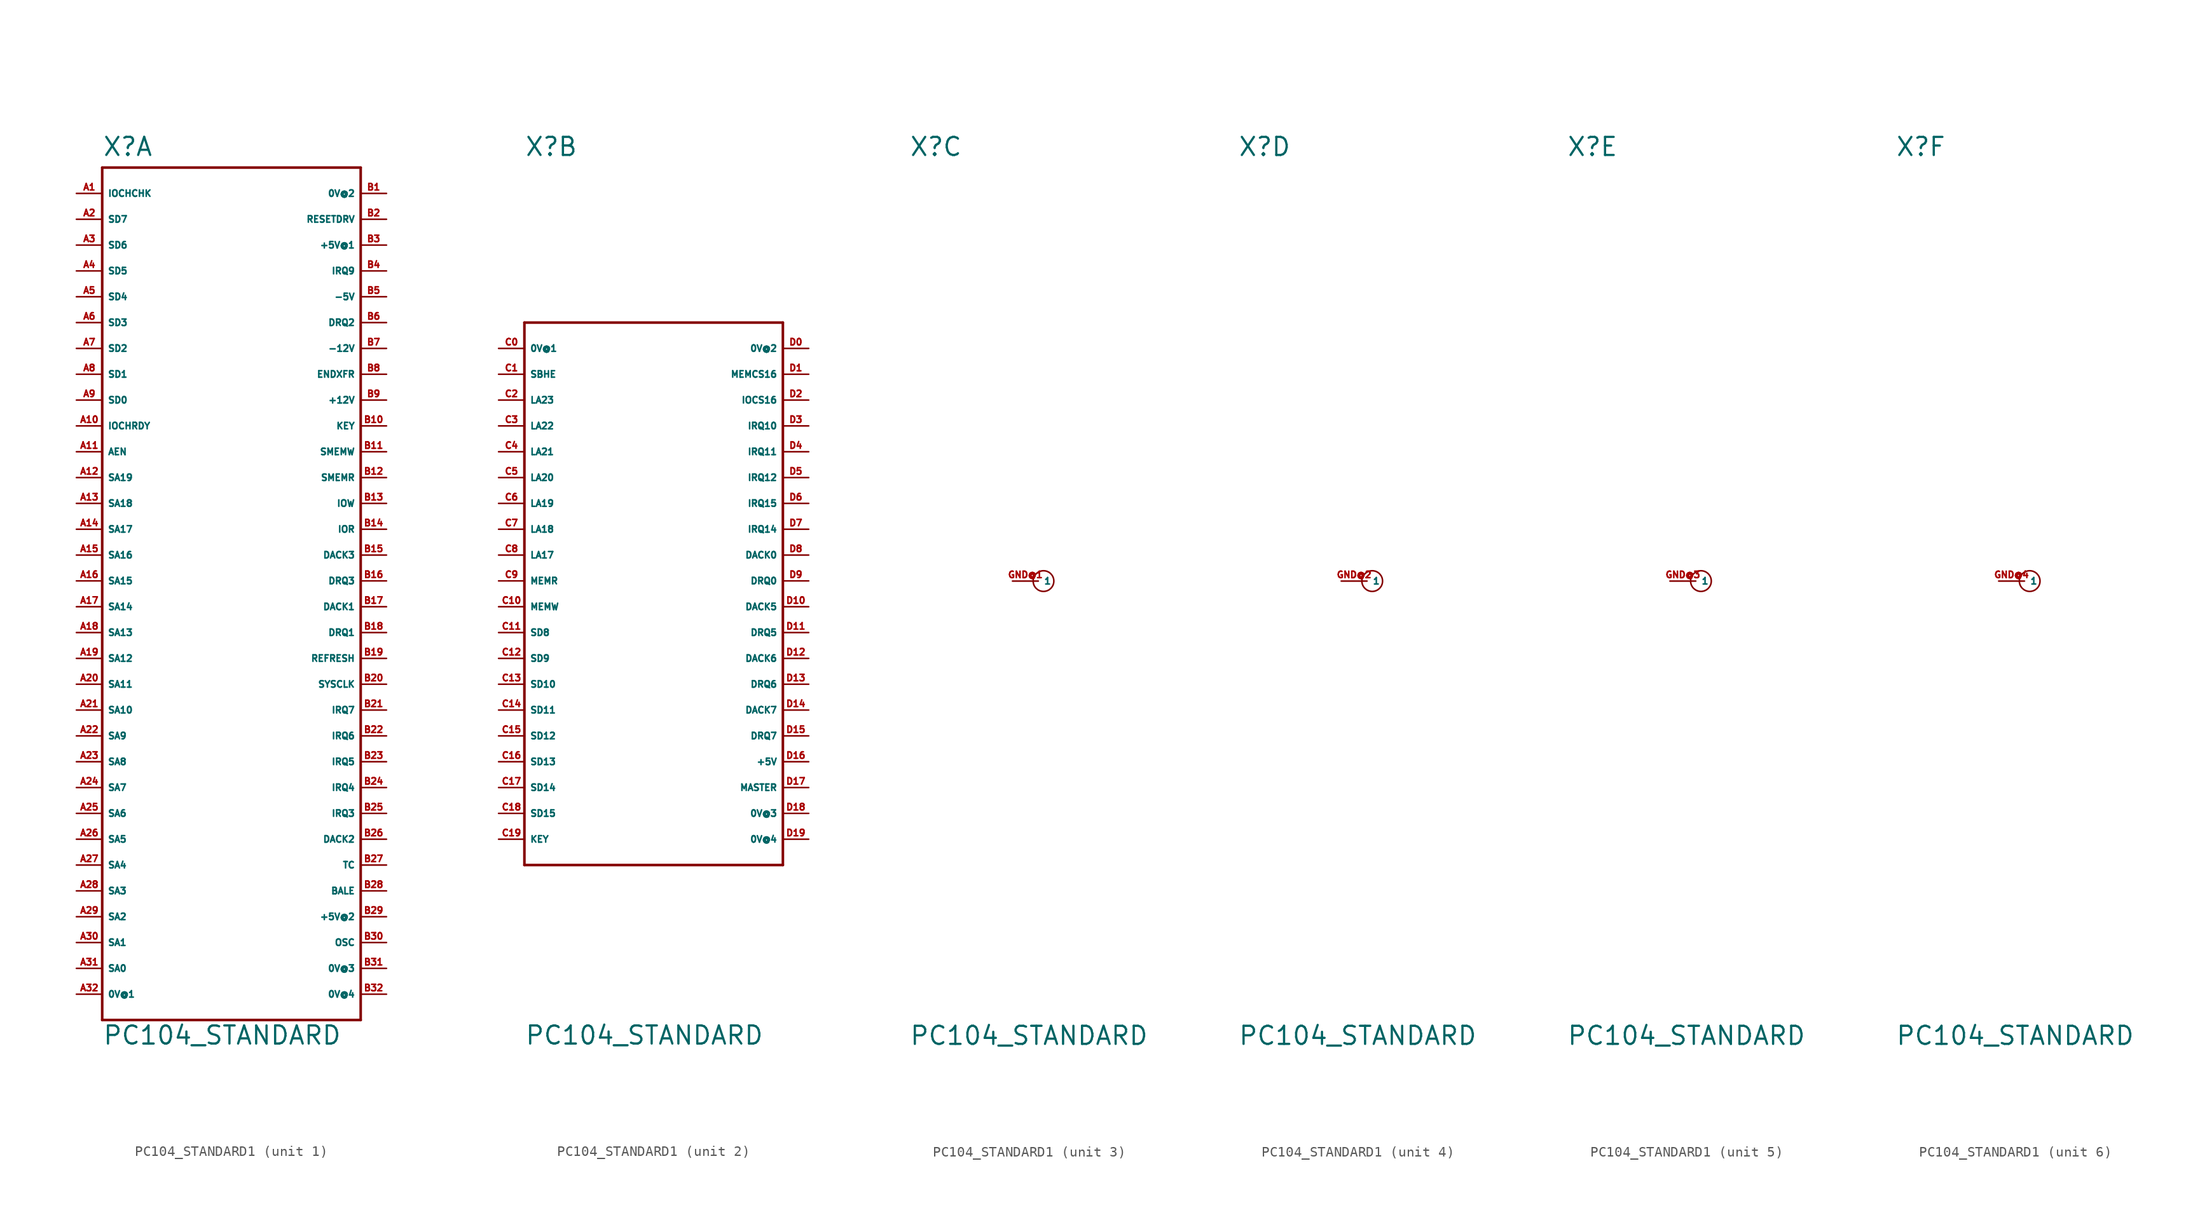
<source format=kicad_sym>
(kicad_symbol_lib
  (version 20220914)
  (generator Eagle2Kicad)
  (symbol "PC104_STANDARD1"
    (property "Reference" "X"
      (at -12.7 41.656 0)
      (effects (font (size 1.778 1.778) (thickness 0.22)) (justify left bottom)))
    (property "Value" "PC104_STANDARD"
      (at -12.7 -45.72 0)
      (effects (font (size 1.778 1.778) (thickness 0.22)) (justify left bottom)))
    (symbol "PC104_STANDARD1_1_0"
      (polyline (pts (xy -12.7 40.64) (xy 12.7 40.64)) (stroke (width 0.254) (type default)) (fill (type none)))
      (polyline (pts (xy 12.7 40.64) (xy 12.7 -43.18)) (stroke (width 0.254) (type default)) (fill (type none)))
      (polyline (pts (xy 12.7 -43.18) (xy -12.7 -43.18)) (stroke (width 0.254) (type default)) (fill (type none)))
      (polyline (pts (xy -12.7 -43.18) (xy -12.7 40.64)) (stroke (width 0.254) (type default)) (fill (type none)))
      (pin passive line (at -15.24 38.1 0) (length 2.54) (name "IOCHCHK" (effects (font (size 0.635 0.635) (thickness 0.08)) (justify left bottom))) (number "A1" (effects (font (size 0.635 0.635) (thickness 0.08)) (justify left bottom))))
      (pin passive line (at -15.24 17.78 0) (length 2.54) (name "SD0" (effects (font (size 0.635 0.635) (thickness 0.08)) (justify left bottom))) (number "A9" (effects (font (size 0.635 0.635) (thickness 0.08)) (justify left bottom))))
      (pin passive line (at -15.24 20.32 0) (length 2.54) (name "SD1" (effects (font (size 0.635 0.635) (thickness 0.08)) (justify left bottom))) (number "A8" (effects (font (size 0.635 0.635) (thickness 0.08)) (justify left bottom))))
      (pin passive line (at -15.24 22.86 0) (length 2.54) (name "SD2" (effects (font (size 0.635 0.635) (thickness 0.08)) (justify left bottom))) (number "A7" (effects (font (size 0.635 0.635) (thickness 0.08)) (justify left bottom))))
      (pin passive line (at -15.24 25.4 0) (length 2.54) (name "SD3" (effects (font (size 0.635 0.635) (thickness 0.08)) (justify left bottom))) (number "A6" (effects (font (size 0.635 0.635) (thickness 0.08)) (justify left bottom))))
      (pin passive line (at -15.24 27.94 0) (length 2.54) (name "SD4" (effects (font (size 0.635 0.635) (thickness 0.08)) (justify left bottom))) (number "A5" (effects (font (size 0.635 0.635) (thickness 0.08)) (justify left bottom))))
      (pin passive line (at -15.24 30.48 0) (length 2.54) (name "SD5" (effects (font (size 0.635 0.635) (thickness 0.08)) (justify left bottom))) (number "A4" (effects (font (size 0.635 0.635) (thickness 0.08)) (justify left bottom))))
      (pin passive line (at -15.24 33.02 0) (length 2.54) (name "SD6" (effects (font (size 0.635 0.635) (thickness 0.08)) (justify left bottom))) (number "A3" (effects (font (size 0.635 0.635) (thickness 0.08)) (justify left bottom))))
      (pin passive line (at -15.24 35.56 0) (length 2.54) (name "SD7" (effects (font (size 0.635 0.635) (thickness 0.08)) (justify left bottom))) (number "A2" (effects (font (size 0.635 0.635) (thickness 0.08)) (justify left bottom))))
      (pin passive line (at -15.24 15.24 0) (length 2.54) (name "IOCHRDY" (effects (font (size 0.635 0.635) (thickness 0.08)) (justify left bottom))) (number "A10" (effects (font (size 0.635 0.635) (thickness 0.08)) (justify left bottom))))
      (pin passive line (at -15.24 12.7 0) (length 2.54) (name "AEN" (effects (font (size 0.635 0.635) (thickness 0.08)) (justify left bottom))) (number "A11" (effects (font (size 0.635 0.635) (thickness 0.08)) (justify left bottom))))
      (pin passive line (at -15.24 -38.1 0) (length 2.54) (name "SA0" (effects (font (size 0.635 0.635) (thickness 0.08)) (justify left bottom))) (number "A31" (effects (font (size 0.635 0.635) (thickness 0.08)) (justify left bottom))))
      (pin passive line (at -15.24 -35.56 0) (length 2.54) (name "SA1" (effects (font (size 0.635 0.635) (thickness 0.08)) (justify left bottom))) (number "A30" (effects (font (size 0.635 0.635) (thickness 0.08)) (justify left bottom))))
      (pin passive line (at -15.24 -33.02 0) (length 2.54) (name "SA2" (effects (font (size 0.635 0.635) (thickness 0.08)) (justify left bottom))) (number "A29" (effects (font (size 0.635 0.635) (thickness 0.08)) (justify left bottom))))
      (pin passive line (at -15.24 -30.48 0) (length 2.54) (name "SA3" (effects (font (size 0.635 0.635) (thickness 0.08)) (justify left bottom))) (number "A28" (effects (font (size 0.635 0.635) (thickness 0.08)) (justify left bottom))))
      (pin passive line (at -15.24 -27.94 0) (length 2.54) (name "SA4" (effects (font (size 0.635 0.635) (thickness 0.08)) (justify left bottom))) (number "A27" (effects (font (size 0.635 0.635) (thickness 0.08)) (justify left bottom))))
      (pin passive line (at -15.24 -25.4 0) (length 2.54) (name "SA5" (effects (font (size 0.635 0.635) (thickness 0.08)) (justify left bottom))) (number "A26" (effects (font (size 0.635 0.635) (thickness 0.08)) (justify left bottom))))
      (pin passive line (at -15.24 -22.86 0) (length 2.54) (name "SA6" (effects (font (size 0.635 0.635) (thickness 0.08)) (justify left bottom))) (number "A25" (effects (font (size 0.635 0.635) (thickness 0.08)) (justify left bottom))))
      (pin passive line (at -15.24 -20.32 0) (length 2.54) (name "SA7" (effects (font (size 0.635 0.635) (thickness 0.08)) (justify left bottom))) (number "A24" (effects (font (size 0.635 0.635) (thickness 0.08)) (justify left bottom))))
      (pin passive line (at -15.24 -17.78 0) (length 2.54) (name "SA8" (effects (font (size 0.635 0.635) (thickness 0.08)) (justify left bottom))) (number "A23" (effects (font (size 0.635 0.635) (thickness 0.08)) (justify left bottom))))
      (pin passive line (at -15.24 -15.24 0) (length 2.54) (name "SA9" (effects (font (size 0.635 0.635) (thickness 0.08)) (justify left bottom))) (number "A22" (effects (font (size 0.635 0.635) (thickness 0.08)) (justify left bottom))))
      (pin passive line (at -15.24 -12.7 0) (length 2.54) (name "SA10" (effects (font (size 0.635 0.635) (thickness 0.08)) (justify left bottom))) (number "A21" (effects (font (size 0.635 0.635) (thickness 0.08)) (justify left bottom))))
      (pin passive line (at -15.24 -10.16 0) (length 2.54) (name "SA11" (effects (font (size 0.635 0.635) (thickness 0.08)) (justify left bottom))) (number "A20" (effects (font (size 0.635 0.635) (thickness 0.08)) (justify left bottom))))
      (pin passive line (at -15.24 -7.62 0) (length 2.54) (name "SA12" (effects (font (size 0.635 0.635) (thickness 0.08)) (justify left bottom))) (number "A19" (effects (font (size 0.635 0.635) (thickness 0.08)) (justify left bottom))))
      (pin passive line (at -15.24 -5.08 0) (length 2.54) (name "SA13" (effects (font (size 0.635 0.635) (thickness 0.08)) (justify left bottom))) (number "A18" (effects (font (size 0.635 0.635) (thickness 0.08)) (justify left bottom))))
      (pin passive line (at -15.24 -2.54 0) (length 2.54) (name "SA14" (effects (font (size 0.635 0.635) (thickness 0.08)) (justify left bottom))) (number "A17" (effects (font (size 0.635 0.635) (thickness 0.08)) (justify left bottom))))
      (pin passive line (at -15.24 0 0) (length 2.54) (name "SA15" (effects (font (size 0.635 0.635) (thickness 0.08)) (justify left bottom))) (number "A16" (effects (font (size 0.635 0.635) (thickness 0.08)) (justify left bottom))))
      (pin passive line (at -15.24 2.54 0) (length 2.54) (name "SA16" (effects (font (size 0.635 0.635) (thickness 0.08)) (justify left bottom))) (number "A15" (effects (font (size 0.635 0.635) (thickness 0.08)) (justify left bottom))))
      (pin passive line (at -15.24 5.08 0) (length 2.54) (name "SA17" (effects (font (size 0.635 0.635) (thickness 0.08)) (justify left bottom))) (number "A14" (effects (font (size 0.635 0.635) (thickness 0.08)) (justify left bottom))))
      (pin passive line (at -15.24 7.62 0) (length 2.54) (name "SA18" (effects (font (size 0.635 0.635) (thickness 0.08)) (justify left bottom))) (number "A13" (effects (font (size 0.635 0.635) (thickness 0.08)) (justify left bottom))))
      (pin passive line (at -15.24 10.16 0) (length 2.54) (name "SA19" (effects (font (size 0.635 0.635) (thickness 0.08)) (justify left bottom))) (number "A12" (effects (font (size 0.635 0.635) (thickness 0.08)) (justify left bottom))))
      (pin passive line (at -15.24 -40.64 0) (length 2.54) (name "0V@1" (effects (font (size 0.635 0.635) (thickness 0.08)) (justify left bottom))) (number "A32" (effects (font (size 0.635 0.635) (thickness 0.08)) (justify left bottom))))
      (pin passive line (at 15.24 38.1 180) (length 2.54) (name "0V@2" (effects (font (size 0.635 0.635) (thickness 0.08)) (justify left bottom))) (number "B1" (effects (font (size 0.635 0.635) (thickness 0.08)) (justify left bottom))))
      (pin passive line (at 15.24 35.56 180) (length 2.54) (name "RESETDRV" (effects (font (size 0.635 0.635) (thickness 0.08)) (justify left bottom))) (number "B2" (effects (font (size 0.635 0.635) (thickness 0.08)) (justify left bottom))))
      (pin passive line (at 15.24 33.02 180) (length 2.54) (name "+5V@1" (effects (font (size 0.635 0.635) (thickness 0.08)) (justify left bottom))) (number "B3" (effects (font (size 0.635 0.635) (thickness 0.08)) (justify left bottom))))
      (pin passive line (at 15.24 30.48 180) (length 2.54) (name "IRQ9" (effects (font (size 0.635 0.635) (thickness 0.08)) (justify left bottom))) (number "B4" (effects (font (size 0.635 0.635) (thickness 0.08)) (justify left bottom))))
      (pin passive line (at 15.24 27.94 180) (length 2.54) (name "-5V" (effects (font (size 0.635 0.635) (thickness 0.08)) (justify left bottom))) (number "B5" (effects (font (size 0.635 0.635) (thickness 0.08)) (justify left bottom))))
      (pin passive line (at 15.24 25.4 180) (length 2.54) (name "DRQ2" (effects (font (size 0.635 0.635) (thickness 0.08)) (justify left bottom))) (number "B6" (effects (font (size 0.635 0.635) (thickness 0.08)) (justify left bottom))))
      (pin passive line (at 15.24 22.86 180) (length 2.54) (name "-12V" (effects (font (size 0.635 0.635) (thickness 0.08)) (justify left bottom))) (number "B7" (effects (font (size 0.635 0.635) (thickness 0.08)) (justify left bottom))))
      (pin passive line (at 15.24 20.32 180) (length 2.54) (name "ENDXFR" (effects (font (size 0.635 0.635) (thickness 0.08)) (justify left bottom))) (number "B8" (effects (font (size 0.635 0.635) (thickness 0.08)) (justify left bottom))))
      (pin passive line (at 15.24 17.78 180) (length 2.54) (name "+12V" (effects (font (size 0.635 0.635) (thickness 0.08)) (justify left bottom))) (number "B9" (effects (font (size 0.635 0.635) (thickness 0.08)) (justify left bottom))))
      (pin passive line (at 15.24 15.24 180) (length 2.54) (name "KEY" (effects (font (size 0.635 0.635) (thickness 0.08)) (justify left bottom))) (number "B10" (effects (font (size 0.635 0.635) (thickness 0.08)) (justify left bottom))))
      (pin passive line (at 15.24 12.7 180) (length 2.54) (name "SMEMW" (effects (font (size 0.635 0.635) (thickness 0.08)) (justify left bottom))) (number "B11" (effects (font (size 0.635 0.635) (thickness 0.08)) (justify left bottom))))
      (pin passive line (at 15.24 10.16 180) (length 2.54) (name "SMEMR" (effects (font (size 0.635 0.635) (thickness 0.08)) (justify left bottom))) (number "B12" (effects (font (size 0.635 0.635) (thickness 0.08)) (justify left bottom))))
      (pin passive line (at 15.24 7.62 180) (length 2.54) (name "IOW" (effects (font (size 0.635 0.635) (thickness 0.08)) (justify left bottom))) (number "B13" (effects (font (size 0.635 0.635) (thickness 0.08)) (justify left bottom))))
      (pin passive line (at 15.24 5.08 180) (length 2.54) (name "IOR" (effects (font (size 0.635 0.635) (thickness 0.08)) (justify left bottom))) (number "B14" (effects (font (size 0.635 0.635) (thickness 0.08)) (justify left bottom))))
      (pin passive line (at 15.24 2.54 180) (length 2.54) (name "DACK3" (effects (font (size 0.635 0.635) (thickness 0.08)) (justify left bottom))) (number "B15" (effects (font (size 0.635 0.635) (thickness 0.08)) (justify left bottom))))
      (pin passive line (at 15.24 0 180) (length 2.54) (name "DRQ3" (effects (font (size 0.635 0.635) (thickness 0.08)) (justify left bottom))) (number "B16" (effects (font (size 0.635 0.635) (thickness 0.08)) (justify left bottom))))
      (pin passive line (at 15.24 -2.54 180) (length 2.54) (name "DACK1" (effects (font (size 0.635 0.635) (thickness 0.08)) (justify left bottom))) (number "B17" (effects (font (size 0.635 0.635) (thickness 0.08)) (justify left bottom))))
      (pin passive line (at 15.24 -5.08 180) (length 2.54) (name "DRQ1" (effects (font (size 0.635 0.635) (thickness 0.08)) (justify left bottom))) (number "B18" (effects (font (size 0.635 0.635) (thickness 0.08)) (justify left bottom))))
      (pin passive line (at 15.24 -7.62 180) (length 2.54) (name "REFRESH" (effects (font (size 0.635 0.635) (thickness 0.08)) (justify left bottom))) (number "B19" (effects (font (size 0.635 0.635) (thickness 0.08)) (justify left bottom))))
      (pin passive line (at 15.24 -10.16 180) (length 2.54) (name "SYSCLK" (effects (font (size 0.635 0.635) (thickness 0.08)) (justify left bottom))) (number "B20" (effects (font (size 0.635 0.635) (thickness 0.08)) (justify left bottom))))
      (pin passive line (at 15.24 -22.86 180) (length 2.54) (name "IRQ3" (effects (font (size 0.635 0.635) (thickness 0.08)) (justify left bottom))) (number "B25" (effects (font (size 0.635 0.635) (thickness 0.08)) (justify left bottom))))
      (pin passive line (at 15.24 -20.32 180) (length 2.54) (name "IRQ4" (effects (font (size 0.635 0.635) (thickness 0.08)) (justify left bottom))) (number "B24" (effects (font (size 0.635 0.635) (thickness 0.08)) (justify left bottom))))
      (pin passive line (at 15.24 -17.78 180) (length 2.54) (name "IRQ5" (effects (font (size 0.635 0.635) (thickness 0.08)) (justify left bottom))) (number "B23" (effects (font (size 0.635 0.635) (thickness 0.08)) (justify left bottom))))
      (pin passive line (at 15.24 -15.24 180) (length 2.54) (name "IRQ6" (effects (font (size 0.635 0.635) (thickness 0.08)) (justify left bottom))) (number "B22" (effects (font (size 0.635 0.635) (thickness 0.08)) (justify left bottom))))
      (pin passive line (at 15.24 -12.7 180) (length 2.54) (name "IRQ7" (effects (font (size 0.635 0.635) (thickness 0.08)) (justify left bottom))) (number "B21" (effects (font (size 0.635 0.635) (thickness 0.08)) (justify left bottom))))
      (pin passive line (at 15.24 -25.4 180) (length 2.54) (name "DACK2" (effects (font (size 0.635 0.635) (thickness 0.08)) (justify left bottom))) (number "B26" (effects (font (size 0.635 0.635) (thickness 0.08)) (justify left bottom))))
      (pin passive line (at 15.24 -27.94 180) (length 2.54) (name "TC" (effects (font (size 0.635 0.635) (thickness 0.08)) (justify left bottom))) (number "B27" (effects (font (size 0.635 0.635) (thickness 0.08)) (justify left bottom))))
      (pin passive line (at 15.24 -30.48 180) (length 2.54) (name "BALE" (effects (font (size 0.635 0.635) (thickness 0.08)) (justify left bottom))) (number "B28" (effects (font (size 0.635 0.635) (thickness 0.08)) (justify left bottom))))
      (pin passive line (at 15.24 -33.02 180) (length 2.54) (name "+5V@2" (effects (font (size 0.635 0.635) (thickness 0.08)) (justify left bottom))) (number "B29" (effects (font (size 0.635 0.635) (thickness 0.08)) (justify left bottom))))
      (pin passive line (at 15.24 -35.56 180) (length 2.54) (name "OSC" (effects (font (size 0.635 0.635) (thickness 0.08)) (justify left bottom))) (number "B30" (effects (font (size 0.635 0.635) (thickness 0.08)) (justify left bottom))))
      (pin passive line (at 15.24 -38.1 180) (length 2.54) (name "0V@3" (effects (font (size 0.635 0.635) (thickness 0.08)) (justify left bottom))) (number "B31" (effects (font (size 0.635 0.635) (thickness 0.08)) (justify left bottom))))
      (pin passive line (at 15.24 -40.64 180) (length 2.54) (name "0V@4" (effects (font (size 0.635 0.635) (thickness 0.08)) (justify left bottom))) (number "B32" (effects (font (size 0.635 0.635) (thickness 0.08)) (justify left bottom)))))
    (symbol "PC104_STANDARD1_2_0"
      (polyline (pts (xy -12.7 25.4) (xy 12.7 25.4)) (stroke (width 0.254) (type default)) (fill (type none)))
      (polyline (pts (xy 12.7 25.4) (xy 12.7 -27.94)) (stroke (width 0.254) (type default)) (fill (type none)))
      (polyline (pts (xy 12.7 -27.94) (xy -12.7 -27.94)) (stroke (width 0.254) (type default)) (fill (type none)))
      (polyline (pts (xy -12.7 -27.94) (xy -12.7 25.4)) (stroke (width 0.254) (type default)) (fill (type none)))
      (pin passive line (at -15.24 22.86 0) (length 2.54) (name "0V@1" (effects (font (size 0.635 0.635) (thickness 0.08)) (justify left bottom))) (number "C0" (effects (font (size 0.635 0.635) (thickness 0.08)) (justify left bottom))))
      (pin passive line (at -15.24 20.32 0) (length 2.54) (name "SBHE" (effects (font (size 0.635 0.635) (thickness 0.08)) (justify left bottom))) (number "C1" (effects (font (size 0.635 0.635) (thickness 0.08)) (justify left bottom))))
      (pin passive line (at -15.24 2.54 0) (length 2.54) (name "LA17" (effects (font (size 0.635 0.635) (thickness 0.08)) (justify left bottom))) (number "C8" (effects (font (size 0.635 0.635) (thickness 0.08)) (justify left bottom))))
      (pin passive line (at -15.24 5.08 0) (length 2.54) (name "LA18" (effects (font (size 0.635 0.635) (thickness 0.08)) (justify left bottom))) (number "C7" (effects (font (size 0.635 0.635) (thickness 0.08)) (justify left bottom))))
      (pin passive line (at -15.24 7.62 0) (length 2.54) (name "LA19" (effects (font (size 0.635 0.635) (thickness 0.08)) (justify left bottom))) (number "C6" (effects (font (size 0.635 0.635) (thickness 0.08)) (justify left bottom))))
      (pin passive line (at -15.24 10.16 0) (length 2.54) (name "LA20" (effects (font (size 0.635 0.635) (thickness 0.08)) (justify left bottom))) (number "C5" (effects (font (size 0.635 0.635) (thickness 0.08)) (justify left bottom))))
      (pin passive line (at -15.24 12.7 0) (length 2.54) (name "LA21" (effects (font (size 0.635 0.635) (thickness 0.08)) (justify left bottom))) (number "C4" (effects (font (size 0.635 0.635) (thickness 0.08)) (justify left bottom))))
      (pin passive line (at -15.24 15.24 0) (length 2.54) (name "LA22" (effects (font (size 0.635 0.635) (thickness 0.08)) (justify left bottom))) (number "C3" (effects (font (size 0.635 0.635) (thickness 0.08)) (justify left bottom))))
      (pin passive line (at -15.24 17.78 0) (length 2.54) (name "LA23" (effects (font (size 0.635 0.635) (thickness 0.08)) (justify left bottom))) (number "C2" (effects (font (size 0.635 0.635) (thickness 0.08)) (justify left bottom))))
      (pin passive line (at -15.24 -5.08 0) (length 2.54) (name "SD8" (effects (font (size 0.635 0.635) (thickness 0.08)) (justify left bottom))) (number "C11" (effects (font (size 0.635 0.635) (thickness 0.08)) (justify left bottom))))
      (pin passive line (at -15.24 -7.62 0) (length 2.54) (name "SD9" (effects (font (size 0.635 0.635) (thickness 0.08)) (justify left bottom))) (number "C12" (effects (font (size 0.635 0.635) (thickness 0.08)) (justify left bottom))))
      (pin passive line (at -15.24 -10.16 0) (length 2.54) (name "SD10" (effects (font (size 0.635 0.635) (thickness 0.08)) (justify left bottom))) (number "C13" (effects (font (size 0.635 0.635) (thickness 0.08)) (justify left bottom))))
      (pin passive line (at -15.24 -12.7 0) (length 2.54) (name "SD11" (effects (font (size 0.635 0.635) (thickness 0.08)) (justify left bottom))) (number "C14" (effects (font (size 0.635 0.635) (thickness 0.08)) (justify left bottom))))
      (pin passive line (at -15.24 -15.24 0) (length 2.54) (name "SD12" (effects (font (size 0.635 0.635) (thickness 0.08)) (justify left bottom))) (number "C15" (effects (font (size 0.635 0.635) (thickness 0.08)) (justify left bottom))))
      (pin passive line (at -15.24 -17.78 0) (length 2.54) (name "SD13" (effects (font (size 0.635 0.635) (thickness 0.08)) (justify left bottom))) (number "C16" (effects (font (size 0.635 0.635) (thickness 0.08)) (justify left bottom))))
      (pin passive line (at -15.24 -20.32 0) (length 2.54) (name "SD14" (effects (font (size 0.635 0.635) (thickness 0.08)) (justify left bottom))) (number "C17" (effects (font (size 0.635 0.635) (thickness 0.08)) (justify left bottom))))
      (pin passive line (at -15.24 -22.86 0) (length 2.54) (name "SD15" (effects (font (size 0.635 0.635) (thickness 0.08)) (justify left bottom))) (number "C18" (effects (font (size 0.635 0.635) (thickness 0.08)) (justify left bottom))))
      (pin passive line (at -15.24 0 0) (length 2.54) (name "MEMR" (effects (font (size 0.635 0.635) (thickness 0.08)) (justify left bottom))) (number "C9" (effects (font (size 0.635 0.635) (thickness 0.08)) (justify left bottom))))
      (pin passive line (at -15.24 -2.54 0) (length 2.54) (name "MEMW" (effects (font (size 0.635 0.635) (thickness 0.08)) (justify left bottom))) (number "C10" (effects (font (size 0.635 0.635) (thickness 0.08)) (justify left bottom))))
      (pin passive line (at -15.24 -25.4 0) (length 2.54) (name "KEY" (effects (font (size 0.635 0.635) (thickness 0.08)) (justify left bottom))) (number "C19" (effects (font (size 0.635 0.635) (thickness 0.08)) (justify left bottom))))
      (pin passive line (at 15.24 22.86 180) (length 2.54) (name "0V@2" (effects (font (size 0.635 0.635) (thickness 0.08)) (justify left bottom))) (number "D0" (effects (font (size 0.635 0.635) (thickness 0.08)) (justify left bottom))))
      (pin passive line (at 15.24 -22.86 180) (length 2.54) (name "0V@3" (effects (font (size 0.635 0.635) (thickness 0.08)) (justify left bottom))) (number "D18" (effects (font (size 0.635 0.635) (thickness 0.08)) (justify left bottom))))
      (pin passive line (at 15.24 -25.4 180) (length 2.54) (name "0V@4" (effects (font (size 0.635 0.635) (thickness 0.08)) (justify left bottom))) (number "D19" (effects (font (size 0.635 0.635) (thickness 0.08)) (justify left bottom))))
      (pin passive line (at 15.24 17.78 180) (length 2.54) (name "IOCS16" (effects (font (size 0.635 0.635) (thickness 0.08)) (justify left bottom))) (number "D2" (effects (font (size 0.635 0.635) (thickness 0.08)) (justify left bottom))))
      (pin passive line (at 15.24 15.24 180) (length 2.54) (name "IRQ10" (effects (font (size 0.635 0.635) (thickness 0.08)) (justify left bottom))) (number "D3" (effects (font (size 0.635 0.635) (thickness 0.08)) (justify left bottom))))
      (pin passive line (at 15.24 12.7 180) (length 2.54) (name "IRQ11" (effects (font (size 0.635 0.635) (thickness 0.08)) (justify left bottom))) (number "D4" (effects (font (size 0.635 0.635) (thickness 0.08)) (justify left bottom))))
      (pin passive line (at 15.24 10.16 180) (length 2.54) (name "IRQ12" (effects (font (size 0.635 0.635) (thickness 0.08)) (justify left bottom))) (number "D5" (effects (font (size 0.635 0.635) (thickness 0.08)) (justify left bottom))))
      (pin passive line (at 15.24 5.08 180) (length 2.54) (name "IRQ14" (effects (font (size 0.635 0.635) (thickness 0.08)) (justify left bottom))) (number "D7" (effects (font (size 0.635 0.635) (thickness 0.08)) (justify left bottom))))
      (pin passive line (at 15.24 7.62 180) (length 2.54) (name "IRQ15" (effects (font (size 0.635 0.635) (thickness 0.08)) (justify left bottom))) (number "D6" (effects (font (size 0.635 0.635) (thickness 0.08)) (justify left bottom))))
      (pin passive line (at 15.24 2.54 180) (length 2.54) (name "DACK0" (effects (font (size 0.635 0.635) (thickness 0.08)) (justify left bottom))) (number "D8" (effects (font (size 0.635 0.635) (thickness 0.08)) (justify left bottom))))
      (pin passive line (at 15.24 0 180) (length 2.54) (name "DRQ0" (effects (font (size 0.635 0.635) (thickness 0.08)) (justify left bottom))) (number "D9" (effects (font (size 0.635 0.635) (thickness 0.08)) (justify left bottom))))
      (pin passive line (at 15.24 -2.54 180) (length 2.54) (name "DACK5" (effects (font (size 0.635 0.635) (thickness 0.08)) (justify left bottom))) (number "D10" (effects (font (size 0.635 0.635) (thickness 0.08)) (justify left bottom))))
      (pin passive line (at 15.24 -5.08 180) (length 2.54) (name "DRQ5" (effects (font (size 0.635 0.635) (thickness 0.08)) (justify left bottom))) (number "D11" (effects (font (size 0.635 0.635) (thickness 0.08)) (justify left bottom))))
      (pin passive line (at 15.24 -7.62 180) (length 2.54) (name "DACK6" (effects (font (size 0.635 0.635) (thickness 0.08)) (justify left bottom))) (number "D12" (effects (font (size 0.635 0.635) (thickness 0.08)) (justify left bottom))))
      (pin passive line (at 15.24 -10.16 180) (length 2.54) (name "DRQ6" (effects (font (size 0.635 0.635) (thickness 0.08)) (justify left bottom))) (number "D13" (effects (font (size 0.635 0.635) (thickness 0.08)) (justify left bottom))))
      (pin passive line (at 15.24 -12.7 180) (length 2.54) (name "DACK7" (effects (font (size 0.635 0.635) (thickness 0.08)) (justify left bottom))) (number "D14" (effects (font (size 0.635 0.635) (thickness 0.08)) (justify left bottom))))
      (pin passive line (at 15.24 -15.24 180) (length 2.54) (name "DRQ7" (effects (font (size 0.635 0.635) (thickness 0.08)) (justify left bottom))) (number "D15" (effects (font (size 0.635 0.635) (thickness 0.08)) (justify left bottom))))
      (pin passive line (at 15.24 -17.78 180) (length 2.54) (name "+5V" (effects (font (size 0.635 0.635) (thickness 0.08)) (justify left bottom))) (number "D16" (effects (font (size 0.635 0.635) (thickness 0.08)) (justify left bottom))))
      (pin passive line (at 15.24 -20.32 180) (length 2.54) (name "MASTER" (effects (font (size 0.635 0.635) (thickness 0.08)) (justify left bottom))) (number "D17" (effects (font (size 0.635 0.635) (thickness 0.08)) (justify left bottom))))
      (pin passive line (at 15.24 20.32 180) (length 2.54) (name "MEMCS16" (effects (font (size 0.635 0.635) (thickness 0.08)) (justify left bottom))) (number "D1" (effects (font (size 0.635 0.635) (thickness 0.08)) (justify left bottom)))))
    (symbol "PC104_STANDARD1_3_0"
      (circle (center 0.508 0) (radius 1.016) (stroke (width 0) (type default)) (fill (type none)))
      (pin passive line (at -2.54 0 0) (length 2.54) (name "1" (effects (font (size 0.635 0.635) (thickness 0.08)) (justify left bottom))) (number "GND@1" (effects (font (size 0.635 0.635) (thickness 0.08)) (justify left bottom)))))
    (symbol "PC104_STANDARD1_4_0"
      (circle (center 0.508 0) (radius 1.016) (stroke (width 0) (type default)) (fill (type none)))
      (pin passive line (at -2.54 0 0) (length 2.54) (name "1" (effects (font (size 0.635 0.635) (thickness 0.08)) (justify left bottom))) (number "GND@2" (effects (font (size 0.635 0.635) (thickness 0.08)) (justify left bottom)))))
    (symbol "PC104_STANDARD1_5_0"
      (circle (center 0.508 0) (radius 1.016) (stroke (width 0) (type default)) (fill (type none)))
      (pin passive line (at -2.54 0 0) (length 2.54) (name "1" (effects (font (size 0.635 0.635) (thickness 0.08)) (justify left bottom))) (number "GND@3" (effects (font (size 0.635 0.635) (thickness 0.08)) (justify left bottom)))))
    (symbol "PC104_STANDARD1_6_0"
      (circle (center 0.508 0) (radius 1.016) (stroke (width 0) (type default)) (fill (type none)))
      (pin passive line (at -2.54 0 0) (length 2.54) (name "1" (effects (font (size 0.635 0.635) (thickness 0.08)) (justify left bottom))) (number "GND@4" (effects (font (size 0.635 0.635) (thickness 0.08)) (justify left bottom)))))))
</source>
